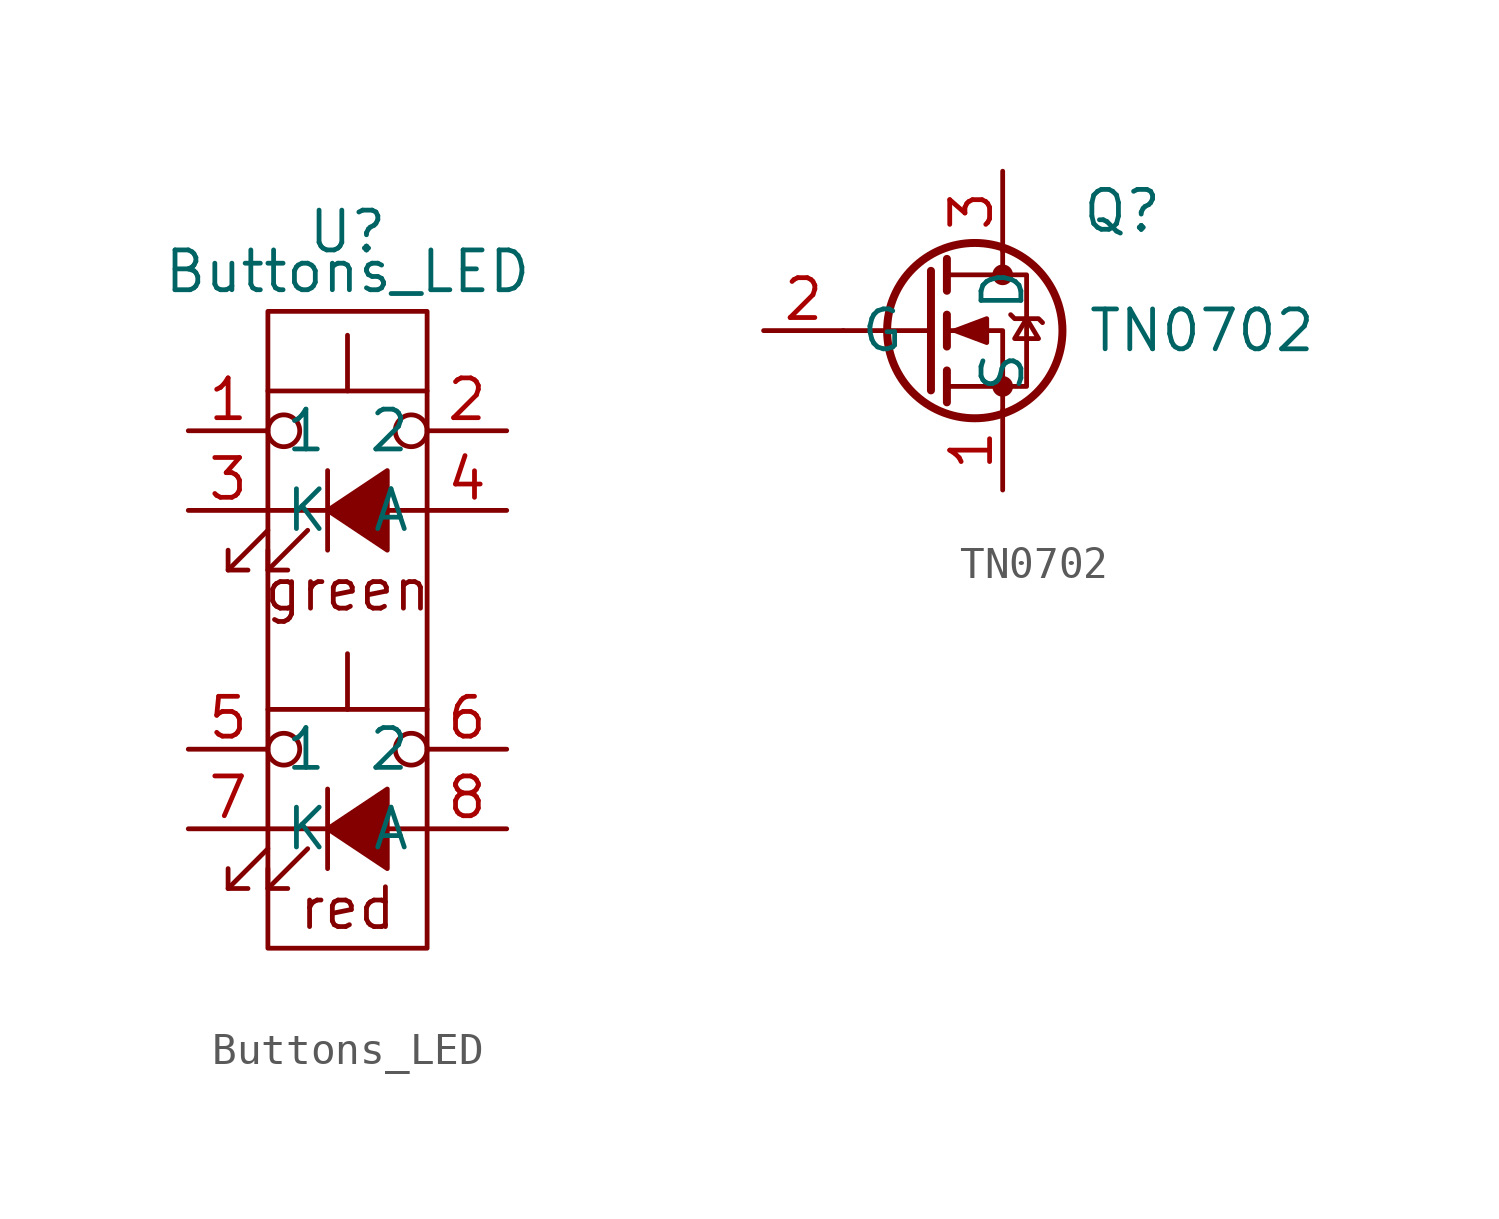
<source format=kicad_sym>
(kicad_symbol_lib
  (version 20211014)
  (generator kicad_symbol_editor)
  (symbol "Buttons_LED"
    (property "Reference" "U"
      (at 0 0 0)
      (effects (font (size 1.27 1.27))))
    (property "Value" "Buttons_LED"
      (at 0 -1.27 0)
      (effects (font (size 1.27 1.27))))
    (symbol "Buttons_LED_0_0"
      (polyline (pts (xy -3.81 -20.955) (xy -2.54 -19.685)) (stroke (width 0) (type default) (color 0 0 0 0)) (fill (type none)))
      (polyline (pts (xy -3.81 -10.795) (xy -2.54 -9.525)) (stroke (width 0) (type default) (color 0 0 0 0)) (fill (type none)))
      (polyline (pts (xy -2.54 -20.955) (xy -1.27 -19.685)) (stroke (width 0) (type default) (color 0 0 0 0)) (fill (type none)))
      (polyline (pts (xy -2.54 -19.05) (xy 2.54 -19.05)) (stroke (width 0) (type default) (color 0 0 0 0)) (fill (type none)))
      (polyline (pts (xy -2.54 -10.795) (xy -1.27 -9.525)) (stroke (width 0) (type default) (color 0 0 0 0)) (fill (type none)))
      (polyline (pts (xy -2.54 -8.89) (xy 2.54 -8.89)) (stroke (width 0) (type default) (color 0 0 0 0)) (fill (type none)))
      (polyline (pts (xy -0.635 -17.78) (xy -0.635 -20.32)) (stroke (width 0) (type default) (color 0 0 0 0)) (fill (type none)))
      (polyline (pts (xy -0.635 -7.62) (xy -0.635 -10.16)) (stroke (width 0) (type default) (color 0 0 0 0)) (fill (type none)))
      (polyline (pts (xy -3.81 -20.32) (xy -3.81 -20.955) (xy -3.175 -20.955)) (stroke (width 0) (type default) (color 0 0 0 0)) (fill (type none)))
      (polyline (pts (xy -3.81 -10.16) (xy -3.81 -10.795) (xy -3.175 -10.795)) (stroke (width 0) (type default) (color 0 0 0 0)) (fill (type none)))
      (polyline (pts (xy -2.54 -20.32) (xy -2.54 -20.955) (xy -1.905 -20.955)) (stroke (width 0) (type default) (color 0 0 0 0)) (fill (type none)))
      (polyline (pts (xy -2.54 -10.16) (xy -2.54 -10.795) (xy -1.905 -10.795)) (stroke (width 0) (type default) (color 0 0 0 0)) (fill (type none)))
      (polyline (pts (xy -0.635 -19.05) (xy 1.27 -17.78) (xy 1.27 -20.32) (xy -0.635 -19.05)) (stroke (width 0) (type default) (color 0 0 0 0)) (fill (type outline)))
      (polyline (pts (xy -0.635 -8.89) (xy 1.27 -7.62) (xy 1.27 -10.16) (xy -0.635 -8.89)) (stroke (width 0) (type default) (color 0 0 0 0)) (fill (type outline)))
      (text "green" (at 0 -11.43 0) (effects (font (size 1.27 1.27))))
      (text "red" (at 0 -21.59 0) (effects (font (size 1.27 1.27)))))
    (symbol "Buttons_LED_0_1"
      (rectangle (start -2.54 -22.86) (end 2.54 -2.54) (stroke (width 0) (type default) (color 0 0 0 0)) (fill (type none)))
      (circle (center -2.032 -16.51) (radius 0.508) (stroke (width 0) (type default) (color 0 0 0 0)) (fill (type none)))
      (circle (center -2.032 -6.35) (radius 0.508) (stroke (width 0) (type default) (color 0 0 0 0)) (fill (type none)))
      (polyline (pts (xy 0 -15.24) (xy 0 -13.462)) (stroke (width 0) (type default) (color 0 0 0 0)) (fill (type none)))
      (polyline (pts (xy 0 -5.08) (xy 0 -3.302)) (stroke (width 0) (type default) (color 0 0 0 0)) (fill (type none)))
      (polyline (pts (xy 2.54 -15.24) (xy -2.54 -15.24)) (stroke (width 0) (type default) (color 0 0 0 0)) (fill (type none)))
      (polyline (pts (xy 2.54 -5.08) (xy -2.54 -5.08)) (stroke (width 0) (type default) (color 0 0 0 0)) (fill (type none)))
      (circle (center 2.032 -16.51) (radius 0.508) (stroke (width 0) (type default) (color 0 0 0 0)) (fill (type none)))
      (circle (center 2.032 -6.35) (radius 0.508) (stroke (width 0) (type default) (color 0 0 0 0)) (fill (type none)))
      (pin passive line (at -5.08 -6.35 0) (length 2.54) (name "1" (effects (font (size 1.27 1.27)))) (number "1" (effects (font (size 1.27 1.27)))))
      (pin passive line (at 5.08 -6.35 180) (length 2.54) (name "2" (effects (font (size 1.27 1.27)))) (number "2" (effects (font (size 1.27 1.27)))))
      (pin passive line (at -5.08 -8.89 0) (length 2.54) (name "K" (effects (font (size 1.27 1.27)))) (number "3" (effects (font (size 1.27 1.27)))))
      (pin passive line (at 5.08 -8.89 180) (length 2.54) (name "A" (effects (font (size 1.27 1.27)))) (number "4" (effects (font (size 1.27 1.27)))))
      (pin passive line (at -5.08 -16.51 0) (length 2.54) (name "1" (effects (font (size 1.27 1.27)))) (number "5" (effects (font (size 1.27 1.27)))))
      (pin passive line (at 5.08 -16.51 180) (length 2.54) (name "2" (effects (font (size 1.27 1.27)))) (number "6" (effects (font (size 1.27 1.27)))))
      (pin passive line (at -5.08 -19.05 0) (length 2.54) (name "K" (effects (font (size 1.27 1.27)))) (number "7" (effects (font (size 1.27 1.27)))))
      (pin passive line (at 5.08 -19.05 180) (length 2.54) (name "A" (effects (font (size 1.27 1.27)))) (number "8" (effects (font (size 1.27 1.27)))))))
  (symbol "TN0702"
    (property "Reference" "Q"
      (at 3.81 3.81 0)
      (effects (font (size 1.27 1.27))))
    (property "Value" "TN0702"
      (at 6.35 0 0)
      (effects (font (size 1.27 1.27))))
    (symbol "TN0702_0_1"
      (circle (center -0.889 0) (radius 2.794) (stroke (width 0.254) (type default) (color 0 0 0 0)) (fill (type none)))
      (circle (center 0 -1.778) (radius 0.254) (stroke (width 0) (type default) (color 0 0 0 0)) (fill (type outline)))
      (polyline (pts (xy -2.286 0) (xy -5.08 0)) (stroke (width 0) (type default) (color 0 0 0 0)) (fill (type none)))
      (polyline (pts (xy -2.286 1.905) (xy -2.286 -1.905)) (stroke (width 0.254) (type default) (color 0 0 0 0)) (fill (type none)))
      (polyline (pts (xy -1.778 -1.27) (xy -1.778 -2.286)) (stroke (width 0.254) (type default) (color 0 0 0 0)) (fill (type none)))
      (polyline (pts (xy -1.778 0.508) (xy -1.778 -0.508)) (stroke (width 0.254) (type default) (color 0 0 0 0)) (fill (type none)))
      (polyline (pts (xy -1.778 2.286) (xy -1.778 1.27)) (stroke (width 0.254) (type default) (color 0 0 0 0)) (fill (type none)))
      (polyline (pts (xy 0 2.54) (xy 0 1.778)) (stroke (width 0) (type default) (color 0 0 0 0)) (fill (type none)))
      (polyline (pts (xy 0 -2.54) (xy 0 0) (xy -1.778 0)) (stroke (width 0) (type default) (color 0 0 0 0)) (fill (type none)))
      (polyline (pts (xy -1.778 -1.778) (xy 0.762 -1.778) (xy 0.762 1.778) (xy -1.778 1.778)) (stroke (width 0) (type default) (color 0 0 0 0)) (fill (type none)))
      (polyline (pts (xy -1.524 0) (xy -0.508 0.381) (xy -0.508 -0.381) (xy -1.524 0)) (stroke (width 0) (type default) (color 0 0 0 0)) (fill (type outline)))
      (polyline (pts (xy 0.254 0.508) (xy 0.381 0.381) (xy 1.143 0.381) (xy 1.27 0.254)) (stroke (width 0) (type default) (color 0 0 0 0)) (fill (type none)))
      (polyline (pts (xy 0.762 0.381) (xy 0.381 -0.254) (xy 1.143 -0.254) (xy 0.762 0.381)) (stroke (width 0) (type default) (color 0 0 0 0)) (fill (type none)))
      (circle (center 0 1.778) (radius 0.254) (stroke (width 0) (type default) (color 0 0 0 0)) (fill (type outline))))
    (symbol "TN0702_1_1"
      (pin passive line (at 0 -5.08 90) (length 2.54) (name "S" (effects (font (size 1.27 1.27)))) (number "1" (effects (font (size 1.27 1.27)))))
      (pin input line (at -7.62 0 0) (length 2.54) (name "G" (effects (font (size 1.27 1.27)))) (number "2" (effects (font (size 1.27 1.27)))))
      (pin passive line (at 0 5.08 270) (length 2.54) (name "D" (effects (font (size 1.27 1.27)))) (number "3" (effects (font (size 1.27 1.27))))))))
</source>
